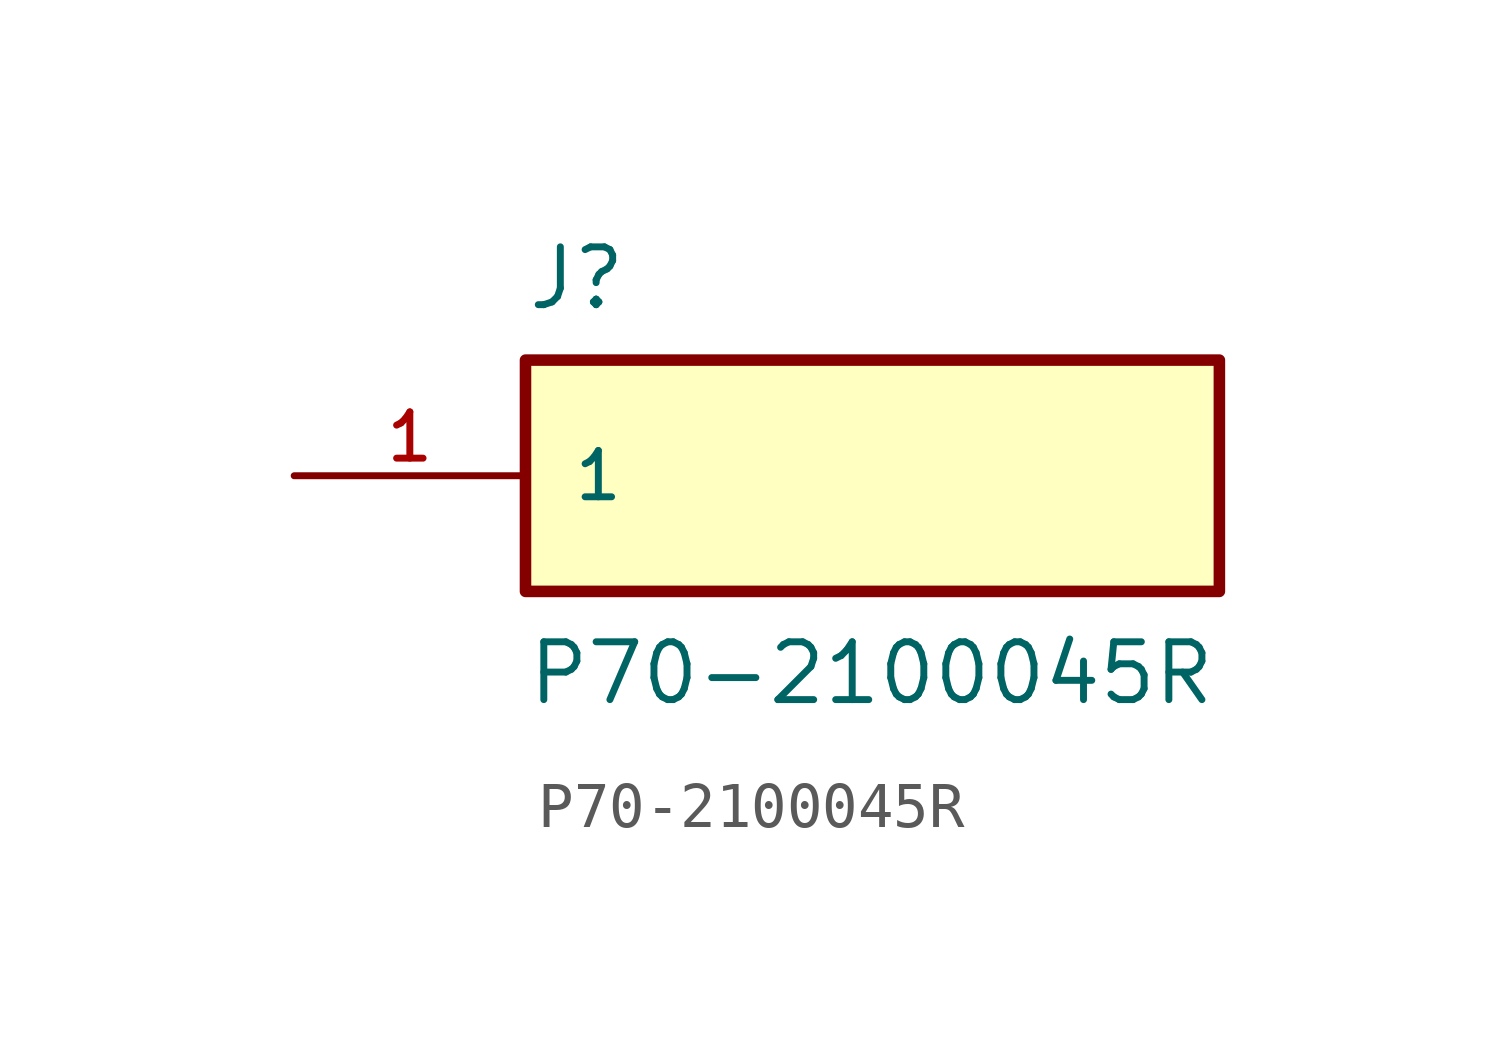
<source format=kicad_sym>
(kicad_symbol_lib
  (version 20211014)
  (generator kicad_symbol_editor)
  (symbol "P70-2100045R"
    (pin_names
      (offset 1.016))
    (property "Reference" "J"
      (at -7.62 5.08 0)
      (effects (font (size 1.27 1.27)) (justify top left)))
    (property "Value" "P70-2100045R"
      (at -7.62 -5.08 0)
      (effects (font (size 1.27 1.27)) (justify bottom left)))
    (symbol "P70-2100045R_0_0"
      (rectangle (start -7.62 -2.54) (end 7.62 2.54) (stroke (width 0.254)) (fill (type background)))
      (pin passive line (at -12.7 0.0 0) (length 5.08) (name "1" (effects (font (size 1.016 1.016)))) (number "1" (effects (font (size 1.016 1.016))))))))
</source>
